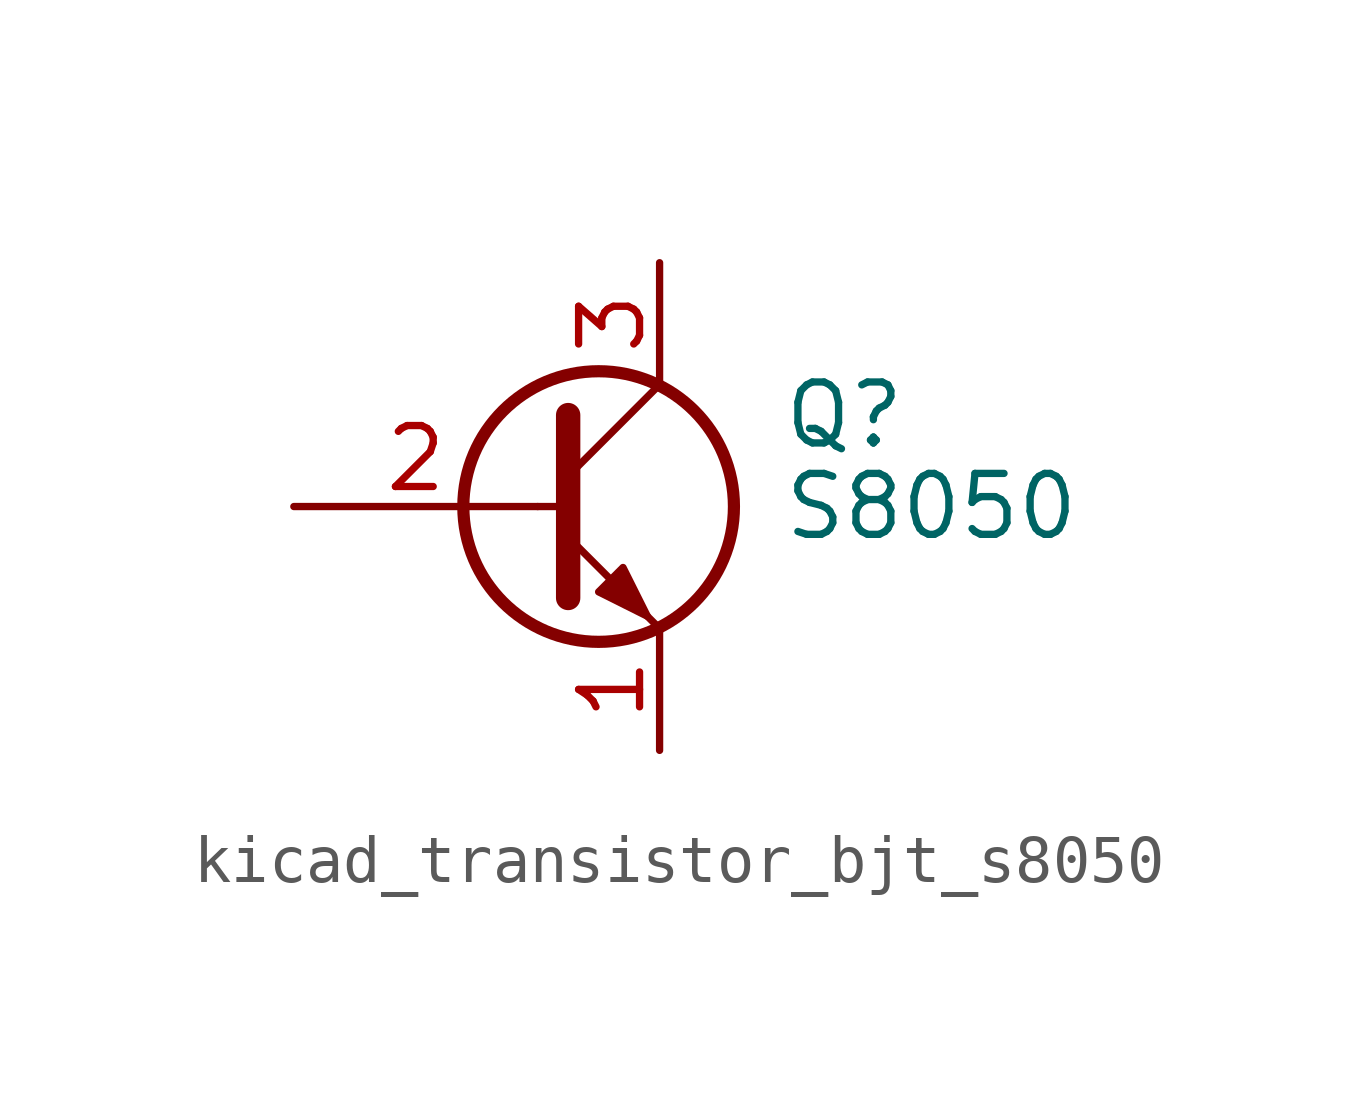
<source format=kicad_sym>
(kicad_symbol_lib
  (version 20220914)
  (generator kicad_symbol_editor)
  (symbol "kicad_transistor_bjt_s8050"
    (pin_names
      (offset 0) hide)
    (property "Reference" "Q"
      (at 5.08 1.905 0)
      (effects (font (size 1.27 1.27)) (justify left)))
    (property "Value" "S8050"
      (at 5.08 0 0)
      (effects (font (size 1.27 1.27)) (justify left)))
    (symbol "kicad_transistor_bjt_s8050_0_1"
      (polyline (pts (xy 0 0) (xy 0.635 0)) (stroke (width 0) (type default)) (fill (type none)))
      (polyline (pts (xy 0.635 0.635) (xy 2.54 2.54)) (stroke (width 0) (type default)) (fill (type none)))
      (polyline (pts (xy 0.635 -0.635) (xy 2.54 -2.54) (xy 2.54 -2.54)) (stroke (width 0) (type default)) (fill (type none)))
      (polyline (pts (xy 0.635 1.905) (xy 0.635 -1.905) (xy 0.635 -1.905)) (stroke (width 0.508) (type default)) (fill (type none)))
      (polyline (pts (xy 1.27 -1.778) (xy 1.778 -1.27) (xy 2.286 -2.286) (xy 1.27 -1.778) (xy 1.27 -1.778)) (stroke (width 0) (type default)) (fill (type outline)))
      (circle (center 1.27 0) (radius 2.819) (stroke (width 0.254) (type default)) (fill (type none))))
    (symbol "kicad_transistor_bjt_s8050_1_1"
      (pin passive line (at 2.54 -5.08 90) (length 2.54) (name "E" (effects (font (size 1.27 1.27)))) (number "1" (effects (font (size 1.27 1.27)))))
      (pin input line (at -5.08 0 0) (length 5.08) (name "B" (effects (font (size 1.27 1.27)))) (number "2" (effects (font (size 1.27 1.27)))))
      (pin passive line (at 2.54 5.08 270) (length 2.54) (name "C" (effects (font (size 1.27 1.27)))) (number "3" (effects (font (size 1.27 1.27))))))))
</source>
